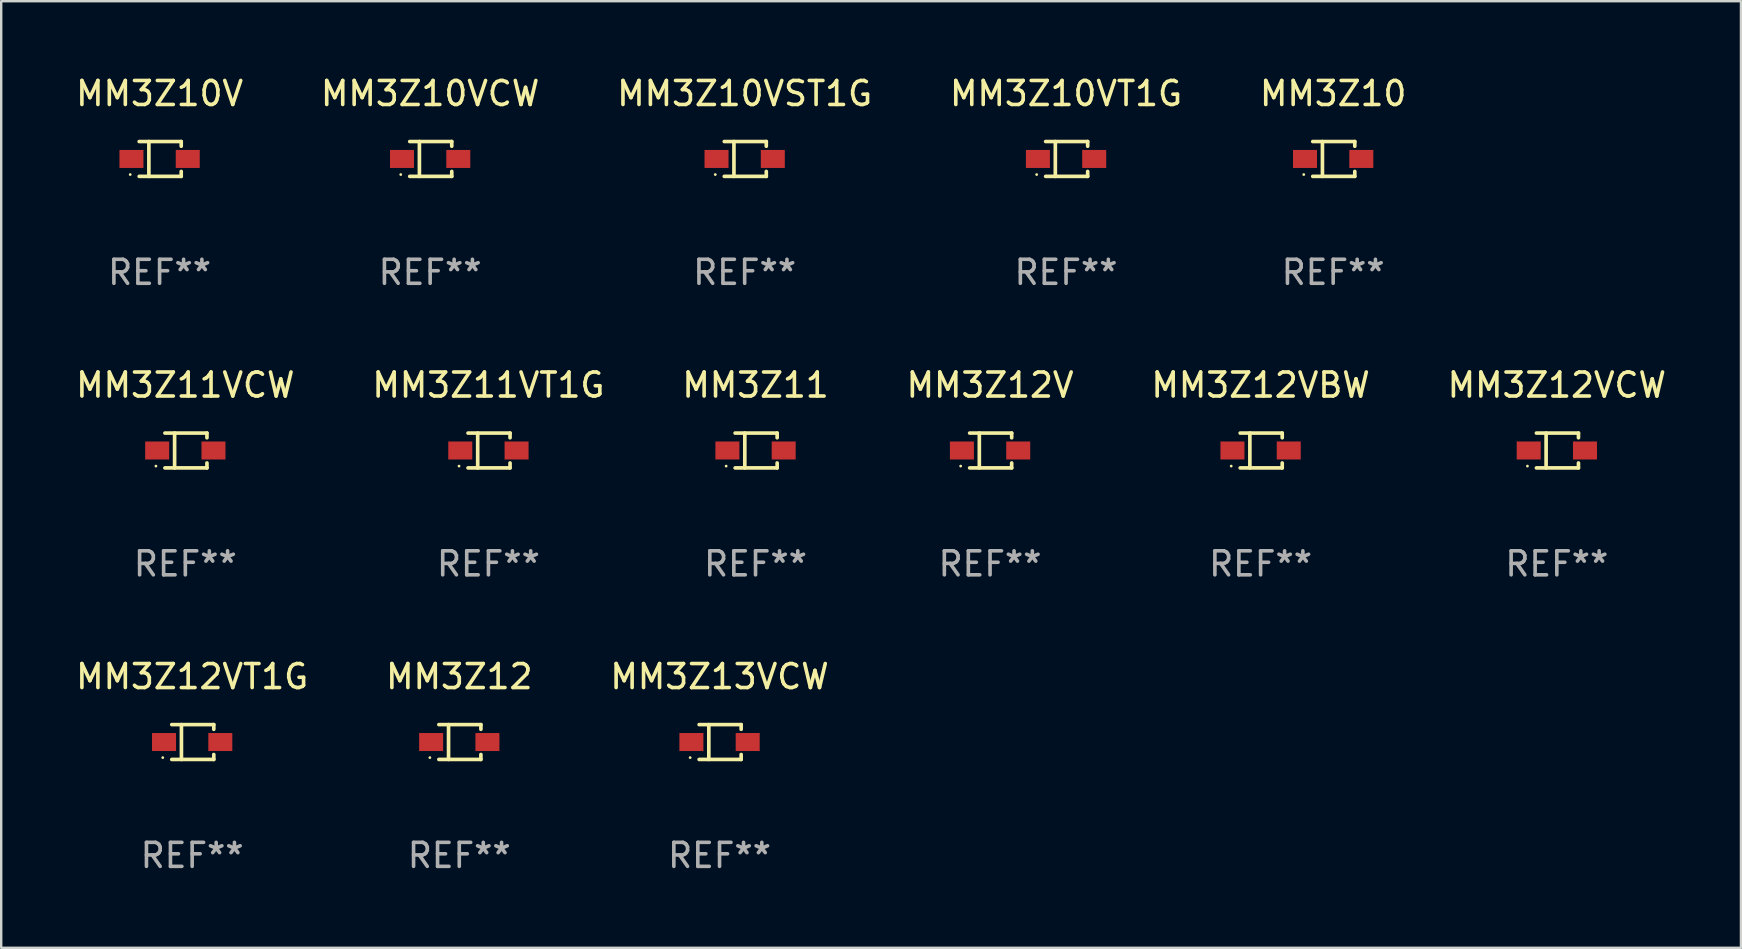
<source format=kicad_pcb>
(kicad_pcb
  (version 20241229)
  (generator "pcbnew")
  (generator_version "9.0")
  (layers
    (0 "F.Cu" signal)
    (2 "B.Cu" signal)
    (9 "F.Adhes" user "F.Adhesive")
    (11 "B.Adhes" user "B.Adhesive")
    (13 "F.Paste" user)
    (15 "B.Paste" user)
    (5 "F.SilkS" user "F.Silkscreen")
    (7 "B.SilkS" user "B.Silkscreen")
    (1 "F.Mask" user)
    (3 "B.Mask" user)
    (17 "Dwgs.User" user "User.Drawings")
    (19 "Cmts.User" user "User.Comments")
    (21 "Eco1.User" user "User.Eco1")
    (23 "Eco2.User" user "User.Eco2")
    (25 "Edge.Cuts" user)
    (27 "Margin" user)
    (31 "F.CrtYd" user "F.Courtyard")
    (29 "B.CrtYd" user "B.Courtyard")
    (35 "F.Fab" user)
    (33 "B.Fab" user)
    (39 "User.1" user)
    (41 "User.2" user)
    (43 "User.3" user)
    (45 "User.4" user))
  (footprint "MM3Z11VT1G"
    (layer "F.Cu")
    (at 17.304 15.723)
    (property "Reference" "MM3Z11VT1G" (at 0 -2.726 0) (layer "F.SilkS") (effects (font (size 1 1) (thickness 0.15))))
    (attr through_hole)
    (fp_line (start -0.851 -0.726) (end 0.901 -0.726) (stroke (width 0.152) (type solid)) (layer "F.SilkS"))
    (fp_line (start -0.851 0.726) (end 0.901 0.726) (stroke (width 0.152) (type solid)) (layer "F.SilkS"))
    (fp_line (start -0.447 -0.726) (end -0.447 0.726) (stroke (width 0.152) (type solid)) (layer "F.SilkS"))
    (fp_line (start 0.901 -0.726) (end 0.901 -0.53) (stroke (width 0.152) (type solid)) (layer "F.SilkS"))
    (fp_line (start 0.901 0.726) (end 0.901 0.52) (stroke (width 0.152) (type solid)) (layer "F.SilkS"))
    (fp_circle (center -1.225 0.65) (end -1.195 0.65) (stroke (width 0.06) (type solid)) (fill no) (layer "F.SilkS"))
    (fp_text user "REF**" (at 0 4.726 0) (layer "F.Fab") (effects (font (size 1 1) (thickness 0.15))))
    (pad "1" smd rect (at -1.173 0) (size 1 0.75) (layers "F.Cu" "F.Mask" "F.Paste"))
    (pad "2" smd rect (at 1.173 0) (size 1 0.75) (layers "F.Cu" "F.Mask" "F.Paste")))
  (footprint "MM3Z12VBW"
    (layer "F.Cu")
    (at 49.482 15.723)
    (property "Reference" "MM3Z12VBW" (at 0 -2.726 0) (layer "F.SilkS") (effects (font (size 1 1) (thickness 0.15))))
    (attr through_hole)
    (fp_line (start -0.851 -0.726) (end 0.901 -0.726) (stroke (width 0.152) (type solid)) (layer "F.SilkS"))
    (fp_line (start -0.851 0.726) (end 0.901 0.726) (stroke (width 0.152) (type solid)) (layer "F.SilkS"))
    (fp_line (start -0.447 -0.726) (end -0.447 0.726) (stroke (width 0.152) (type solid)) (layer "F.SilkS"))
    (fp_line (start 0.901 -0.726) (end 0.901 -0.53) (stroke (width 0.152) (type solid)) (layer "F.SilkS"))
    (fp_line (start 0.901 0.726) (end 0.901 0.52) (stroke (width 0.152) (type solid)) (layer "F.SilkS"))
    (fp_circle (center -1.225 0.65) (end -1.195 0.65) (stroke (width 0.06) (type solid)) (fill no) (layer "F.SilkS"))
    (fp_text user "REF**" (at 0 4.726 0) (layer "F.Fab") (effects (font (size 1 1) (thickness 0.15))))
    (pad "1" smd rect (at -1.173 0) (size 1 0.75) (layers "F.Cu" "F.Mask" "F.Paste"))
    (pad "2" smd rect (at 1.173 0) (size 1 0.75) (layers "F.Cu" "F.Mask" "F.Paste")))
  (footprint "MM3Z13VCW"
    (layer "F.Cu")
    (at 26.935 27.872)
    (property "Reference" "MM3Z13VCW" (at 0 -2.726 0) (layer "F.SilkS") (effects (font (size 1 1) (thickness 0.15))))
    (attr through_hole)
    (fp_line (start -0.851 -0.726) (end 0.901 -0.726) (stroke (width 0.152) (type solid)) (layer "F.SilkS"))
    (fp_line (start -0.851 0.726) (end 0.901 0.726) (stroke (width 0.152) (type solid)) (layer "F.SilkS"))
    (fp_line (start -0.447 -0.726) (end -0.447 0.726) (stroke (width 0.152) (type solid)) (layer "F.SilkS"))
    (fp_line (start 0.901 -0.726) (end 0.901 -0.53) (stroke (width 0.152) (type solid)) (layer "F.SilkS"))
    (fp_line (start 0.901 0.726) (end 0.901 0.52) (stroke (width 0.152) (type solid)) (layer "F.SilkS"))
    (fp_circle (center -1.225 0.65) (end -1.195 0.65) (stroke (width 0.06) (type solid)) (fill no) (layer "F.SilkS"))
    (fp_text user "REF**" (at 0 4.726 0) (layer "F.Fab") (effects (font (size 1 1) (thickness 0.15))))
    (pad "1" smd rect (at -1.173 0) (size 1 0.75) (layers "F.Cu" "F.Mask" "F.Paste"))
    (pad "2" smd rect (at 1.173 0) (size 1 0.75) (layers "F.Cu" "F.Mask" "F.Paste")))
  (footprint "MM3Z12VCW"
    (layer "F.Cu")
    (at 61.827 15.723)
    (property "Reference" "MM3Z12VCW" (at 0 -2.726 0) (layer "F.SilkS") (effects (font (size 1 1) (thickness 0.15))))
    (attr through_hole)
    (fp_line (start -0.851 -0.726) (end 0.901 -0.726) (stroke (width 0.152) (type solid)) (layer "F.SilkS"))
    (fp_line (start -0.851 0.726) (end 0.901 0.726) (stroke (width 0.152) (type solid)) (layer "F.SilkS"))
    (fp_line (start -0.447 -0.726) (end -0.447 0.726) (stroke (width 0.152) (type solid)) (layer "F.SilkS"))
    (fp_line (start 0.901 -0.726) (end 0.901 -0.53) (stroke (width 0.152) (type solid)) (layer "F.SilkS"))
    (fp_line (start 0.901 0.726) (end 0.901 0.52) (stroke (width 0.152) (type solid)) (layer "F.SilkS"))
    (fp_circle (center -1.225 0.65) (end -1.195 0.65) (stroke (width 0.06) (type solid)) (fill no) (layer "F.SilkS"))
    (fp_text user "REF**" (at 0 4.726 0) (layer "F.Fab") (effects (font (size 1 1) (thickness 0.15))))
    (pad "1" smd rect (at -1.173 0) (size 1 0.75) (layers "F.Cu" "F.Mask" "F.Paste"))
    (pad "2" smd rect (at 1.173 0) (size 1 0.75) (layers "F.Cu" "F.Mask" "F.Paste")))
  (footprint "MM3Z10VST1G"
    (layer "F.Cu")
    (at 27.982 3.574)
    (property "Reference" "MM3Z10VST1G" (at 0 -2.726 0) (layer "F.SilkS") (effects (font (size 1 1) (thickness 0.15))))
    (attr through_hole)
    (fp_line (start -0.851 -0.726) (end 0.901 -0.726) (stroke (width 0.152) (type solid)) (layer "F.SilkS"))
    (fp_line (start -0.851 0.726) (end 0.901 0.726) (stroke (width 0.152) (type solid)) (layer "F.SilkS"))
    (fp_line (start -0.447 -0.726) (end -0.447 0.726) (stroke (width 0.152) (type solid)) (layer "F.SilkS"))
    (fp_line (start 0.901 -0.726) (end 0.901 -0.53) (stroke (width 0.152) (type solid)) (layer "F.SilkS"))
    (fp_line (start 0.901 0.726) (end 0.901 0.52) (stroke (width 0.152) (type solid)) (layer "F.SilkS"))
    (fp_circle (center -1.225 0.65) (end -1.195 0.65) (stroke (width 0.06) (type solid)) (fill no) (layer "F.SilkS"))
    (fp_text user "REF**" (at 0 4.726 0) (layer "F.Fab") (effects (font (size 1 1) (thickness 0.15))))
    (pad "1" smd rect (at -1.173 0) (size 1 0.75) (layers "F.Cu" "F.Mask" "F.Paste"))
    (pad "2" smd rect (at 1.173 0) (size 1 0.75) (layers "F.Cu" "F.Mask" "F.Paste")))
  (footprint "MM3Z12VT1G"
    (layer "F.Cu")
    (at 4.958 27.872)
    (property "Reference" "MM3Z12VT1G" (at 0 -2.726 0) (layer "F.SilkS") (effects (font (size 1 1) (thickness 0.15))))
    (attr through_hole)
    (fp_line (start -0.851 -0.726) (end 0.901 -0.726) (stroke (width 0.152) (type solid)) (layer "F.SilkS"))
    (fp_line (start -0.851 0.726) (end 0.901 0.726) (stroke (width 0.152) (type solid)) (layer "F.SilkS"))
    (fp_line (start -0.447 -0.726) (end -0.447 0.726) (stroke (width 0.152) (type solid)) (layer "F.SilkS"))
    (fp_line (start 0.901 -0.726) (end 0.901 -0.53) (stroke (width 0.152) (type solid)) (layer "F.SilkS"))
    (fp_line (start 0.901 0.726) (end 0.901 0.52) (stroke (width 0.152) (type solid)) (layer "F.SilkS"))
    (fp_circle (center -1.225 0.65) (end -1.195 0.65) (stroke (width 0.06) (type solid)) (fill no) (layer "F.SilkS"))
    (fp_text user "REF**" (at 0 4.726 0) (layer "F.Fab") (effects (font (size 1 1) (thickness 0.15))))
    (pad "1" smd rect (at -1.173 0) (size 1 0.75) (layers "F.Cu" "F.Mask" "F.Paste"))
    (pad "2" smd rect (at 1.173 0) (size 1 0.75) (layers "F.Cu" "F.Mask" "F.Paste")))
  (footprint "MM3Z12V"
    (layer "F.Cu")
    (at 38.208 15.723)
    (property "Reference" "MM3Z12V" (at 0 -2.726 0) (layer "F.SilkS") (effects (font (size 1 1) (thickness 0.15))))
    (attr through_hole)
    (fp_line (start -0.851 -0.726) (end 0.901 -0.726) (stroke (width 0.152) (type solid)) (layer "F.SilkS"))
    (fp_line (start -0.851 0.726) (end 0.901 0.726) (stroke (width 0.152) (type solid)) (layer "F.SilkS"))
    (fp_line (start -0.447 -0.726) (end -0.447 0.726) (stroke (width 0.152) (type solid)) (layer "F.SilkS"))
    (fp_line (start 0.901 -0.726) (end 0.901 -0.53) (stroke (width 0.152) (type solid)) (layer "F.SilkS"))
    (fp_line (start 0.901 0.726) (end 0.901 0.52) (stroke (width 0.152) (type solid)) (layer "F.SilkS"))
    (fp_circle (center -1.225 0.65) (end -1.195 0.65) (stroke (width 0.06) (type solid)) (fill no) (layer "F.SilkS"))
    (fp_text user "REF**" (at 0 4.726 0) (layer "F.Fab") (effects (font (size 1 1) (thickness 0.15))))
    (pad "1" smd rect (at -1.173 0) (size 1 0.75) (layers "F.Cu" "F.Mask" "F.Paste"))
    (pad "2" smd rect (at 1.173 0) (size 1 0.75) (layers "F.Cu" "F.Mask" "F.Paste")))
  (footprint "MM3Z10"
    (layer "F.Cu")
    (at 52.506 3.574)
    (property "Reference" "MM3Z10" (at 0 -2.726 0) (layer "F.SilkS") (effects (font (size 1 1) (thickness 0.15))))
    (attr through_hole)
    (fp_line (start -0.851 -0.726) (end 0.901 -0.726) (stroke (width 0.152) (type solid)) (layer "F.SilkS"))
    (fp_line (start -0.851 0.726) (end 0.901 0.726) (stroke (width 0.152) (type solid)) (layer "F.SilkS"))
    (fp_line (start -0.447 -0.726) (end -0.447 0.726) (stroke (width 0.152) (type solid)) (layer "F.SilkS"))
    (fp_line (start 0.901 -0.726) (end 0.901 -0.53) (stroke (width 0.152) (type solid)) (layer "F.SilkS"))
    (fp_line (start 0.901 0.726) (end 0.901 0.52) (stroke (width 0.152) (type solid)) (layer "F.SilkS"))
    (fp_circle (center -1.225 0.65) (end -1.195 0.65) (stroke (width 0.06) (type solid)) (fill no) (layer "F.SilkS"))
    (fp_text user "REF**" (at 0 4.726 0) (layer "F.Fab") (effects (font (size 1 1) (thickness 0.15))))
    (pad "1" smd rect (at -1.173 0) (size 1 0.75) (layers "F.Cu" "F.Mask" "F.Paste"))
    (pad "2" smd rect (at 1.173 0) (size 1 0.75) (layers "F.Cu" "F.Mask" "F.Paste")))
  (footprint "MM3Z10V"
    (layer "F.Cu")
    (at 3.601 3.574)
    (property "Reference" "MM3Z10V" (at 0 -2.726 0) (layer "F.SilkS") (effects (font (size 1 1) (thickness 0.15))))
    (attr through_hole)
    (fp_line (start -0.851 -0.726) (end 0.901 -0.726) (stroke (width 0.152) (type solid)) (layer "F.SilkS"))
    (fp_line (start -0.851 0.726) (end 0.901 0.726) (stroke (width 0.152) (type solid)) (layer "F.SilkS"))
    (fp_line (start -0.447 -0.726) (end -0.447 0.726) (stroke (width 0.152) (type solid)) (layer "F.SilkS"))
    (fp_line (start 0.901 -0.726) (end 0.901 -0.53) (stroke (width 0.152) (type solid)) (layer "F.SilkS"))
    (fp_line (start 0.901 0.726) (end 0.901 0.52) (stroke (width 0.152) (type solid)) (layer "F.SilkS"))
    (fp_circle (center -1.225 0.65) (end -1.195 0.65) (stroke (width 0.06) (type solid)) (fill no) (layer "F.SilkS"))
    (fp_text user "REF**" (at 0 4.726 0) (layer "F.Fab") (effects (font (size 1 1) (thickness 0.15))))
    (pad "1" smd rect (at -1.173 0) (size 1 0.75) (layers "F.Cu" "F.Mask" "F.Paste"))
    (pad "2" smd rect (at 1.173 0) (size 1 0.75) (layers "F.Cu" "F.Mask" "F.Paste")))
  (footprint "MM3Z10VT1G"
    (layer "F.Cu")
    (at 41.375 3.574)
    (property "Reference" "MM3Z10VT1G" (at 0 -2.726 0) (layer "F.SilkS") (effects (font (size 1 1) (thickness 0.15))))
    (attr through_hole)
    (fp_line (start -0.851 -0.726) (end 0.901 -0.726) (stroke (width 0.152) (type solid)) (layer "F.SilkS"))
    (fp_line (start -0.851 0.726) (end 0.901 0.726) (stroke (width 0.152) (type solid)) (layer "F.SilkS"))
    (fp_line (start -0.447 -0.726) (end -0.447 0.726) (stroke (width 0.152) (type solid)) (layer "F.SilkS"))
    (fp_line (start 0.901 -0.726) (end 0.901 -0.53) (stroke (width 0.152) (type solid)) (layer "F.SilkS"))
    (fp_line (start 0.901 0.726) (end 0.901 0.52) (stroke (width 0.152) (type solid)) (layer "F.SilkS"))
    (fp_circle (center -1.225 0.65) (end -1.195 0.65) (stroke (width 0.06) (type solid)) (fill no) (layer "F.SilkS"))
    (fp_text user "REF**" (at 0 4.726 0) (layer "F.Fab") (effects (font (size 1 1) (thickness 0.15))))
    (pad "1" smd rect (at -1.173 0) (size 1 0.75) (layers "F.Cu" "F.Mask" "F.Paste"))
    (pad "2" smd rect (at 1.173 0) (size 1 0.75) (layers "F.Cu" "F.Mask" "F.Paste")))
  (footprint "MM3Z11"
    (layer "F.Cu")
    (at 28.435 15.723)
    (property "Reference" "MM3Z11" (at 0 -2.726 0) (layer "F.SilkS") (effects (font (size 1 1) (thickness 0.15))))
    (attr through_hole)
    (fp_line (start -0.851 -0.726) (end 0.901 -0.726) (stroke (width 0.152) (type solid)) (layer "F.SilkS"))
    (fp_line (start -0.851 0.726) (end 0.901 0.726) (stroke (width 0.152) (type solid)) (layer "F.SilkS"))
    (fp_line (start -0.447 -0.726) (end -0.447 0.726) (stroke (width 0.152) (type solid)) (layer "F.SilkS"))
    (fp_line (start 0.901 -0.726) (end 0.901 -0.53) (stroke (width 0.152) (type solid)) (layer "F.SilkS"))
    (fp_line (start 0.901 0.726) (end 0.901 0.52) (stroke (width 0.152) (type solid)) (layer "F.SilkS"))
    (fp_circle (center -1.225 0.65) (end -1.195 0.65) (stroke (width 0.06) (type solid)) (fill no) (layer "F.SilkS"))
    (fp_text user "REF**" (at 0 4.726 0) (layer "F.Fab") (effects (font (size 1 1) (thickness 0.15))))
    (pad "1" smd rect (at -1.173 0) (size 1 0.75) (layers "F.Cu" "F.Mask" "F.Paste"))
    (pad "2" smd rect (at 1.173 0) (size 1 0.75) (layers "F.Cu" "F.Mask" "F.Paste")))
  (footprint "MM3Z10VCW"
    (layer "F.Cu")
    (at 14.875 3.574)
    (property "Reference" "MM3Z10VCW" (at 0 -2.726 0) (layer "F.SilkS") (effects (font (size 1 1) (thickness 0.15))))
    (attr through_hole)
    (fp_line (start -0.851 -0.726) (end 0.901 -0.726) (stroke (width 0.152) (type solid)) (layer "F.SilkS"))
    (fp_line (start -0.851 0.726) (end 0.901 0.726) (stroke (width 0.152) (type solid)) (layer "F.SilkS"))
    (fp_line (start -0.447 -0.726) (end -0.447 0.726) (stroke (width 0.152) (type solid)) (layer "F.SilkS"))
    (fp_line (start 0.901 -0.726) (end 0.901 -0.53) (stroke (width 0.152) (type solid)) (layer "F.SilkS"))
    (fp_line (start 0.901 0.726) (end 0.901 0.52) (stroke (width 0.152) (type solid)) (layer "F.SilkS"))
    (fp_circle (center -1.225 0.65) (end -1.195 0.65) (stroke (width 0.06) (type solid)) (fill no) (layer "F.SilkS"))
    (fp_text user "REF**" (at 0 4.726 0) (layer "F.Fab") (effects (font (size 1 1) (thickness 0.15))))
    (pad "1" smd rect (at -1.173 0) (size 1 0.75) (layers "F.Cu" "F.Mask" "F.Paste"))
    (pad "2" smd rect (at 1.173 0) (size 1 0.75) (layers "F.Cu" "F.Mask" "F.Paste")))
  (footprint "MM3Z12"
    (layer "F.Cu")
    (at 16.089 27.872)
    (property "Reference" "MM3Z12" (at 0 -2.726 0) (layer "F.SilkS") (effects (font (size 1 1) (thickness 0.15))))
    (attr through_hole)
    (fp_line (start -0.851 -0.726) (end 0.901 -0.726) (stroke (width 0.152) (type solid)) (layer "F.SilkS"))
    (fp_line (start -0.851 0.726) (end 0.901 0.726) (stroke (width 0.152) (type solid)) (layer "F.SilkS"))
    (fp_line (start -0.447 -0.726) (end -0.447 0.726) (stroke (width 0.152) (type solid)) (layer "F.SilkS"))
    (fp_line (start 0.901 -0.726) (end 0.901 -0.53) (stroke (width 0.152) (type solid)) (layer "F.SilkS"))
    (fp_line (start 0.901 0.726) (end 0.901 0.52) (stroke (width 0.152) (type solid)) (layer "F.SilkS"))
    (fp_circle (center -1.225 0.65) (end -1.195 0.65) (stroke (width 0.06) (type solid)) (fill no) (layer "F.SilkS"))
    (fp_text user "REF**" (at 0 4.726 0) (layer "F.Fab") (effects (font (size 1 1) (thickness 0.15))))
    (pad "1" smd rect (at -1.173 0) (size 1 0.75) (layers "F.Cu" "F.Mask" "F.Paste"))
    (pad "2" smd rect (at 1.173 0) (size 1 0.75) (layers "F.Cu" "F.Mask" "F.Paste")))
  (footprint "MM3Z11VCW"
    (layer "F.Cu")
    (at 4.673 15.723)
    (property "Reference" "MM3Z11VCW" (at 0 -2.726 0) (layer "F.SilkS") (effects (font (size 1 1) (thickness 0.15))))
    (attr through_hole)
    (fp_line (start -0.851 -0.726) (end 0.901 -0.726) (stroke (width 0.152) (type solid)) (layer "F.SilkS"))
    (fp_line (start -0.851 0.726) (end 0.901 0.726) (stroke (width 0.152) (type solid)) (layer "F.SilkS"))
    (fp_line (start -0.447 -0.726) (end -0.447 0.726) (stroke (width 0.152) (type solid)) (layer "F.SilkS"))
    (fp_line (start 0.901 -0.726) (end 0.901 -0.53) (stroke (width 0.152) (type solid)) (layer "F.SilkS"))
    (fp_line (start 0.901 0.726) (end 0.901 0.52) (stroke (width 0.152) (type solid)) (layer "F.SilkS"))
    (fp_circle (center -1.225 0.65) (end -1.195 0.65) (stroke (width 0.06) (type solid)) (fill no) (layer "F.SilkS"))
    (fp_text user "REF**" (at 0 4.726 0) (layer "F.Fab") (effects (font (size 1 1) (thickness 0.15))))
    (pad "1" smd rect (at -1.173 0) (size 1 0.75) (layers "F.Cu" "F.Mask" "F.Paste"))
    (pad "2" smd rect (at 1.173 0) (size 1 0.75) (layers "F.Cu" "F.Mask" "F.Paste")))
  (gr_rect
    (start -3 -3)
    (end 69.5 36.447)
    (stroke (width 0.1) (type default))
    (fill no)
    (layer "Edge.Cuts")))
</source>
